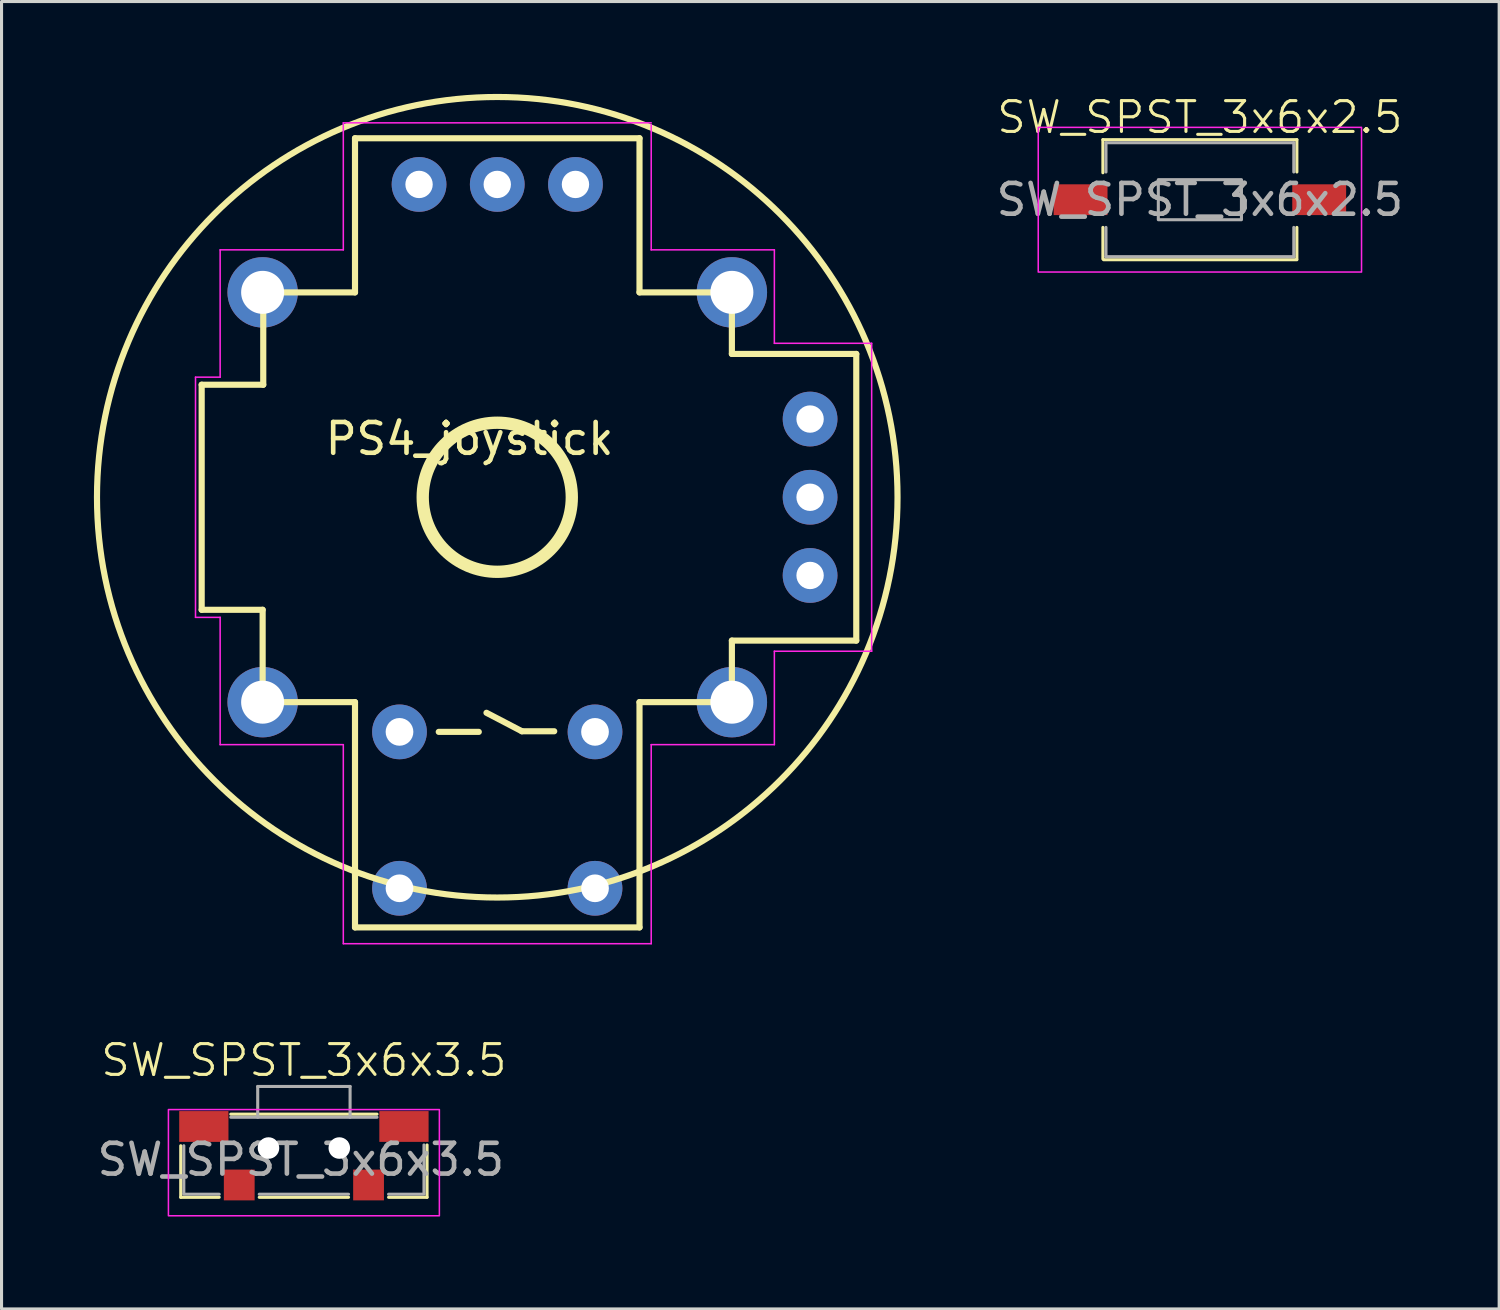
<source format=kicad_pcb>
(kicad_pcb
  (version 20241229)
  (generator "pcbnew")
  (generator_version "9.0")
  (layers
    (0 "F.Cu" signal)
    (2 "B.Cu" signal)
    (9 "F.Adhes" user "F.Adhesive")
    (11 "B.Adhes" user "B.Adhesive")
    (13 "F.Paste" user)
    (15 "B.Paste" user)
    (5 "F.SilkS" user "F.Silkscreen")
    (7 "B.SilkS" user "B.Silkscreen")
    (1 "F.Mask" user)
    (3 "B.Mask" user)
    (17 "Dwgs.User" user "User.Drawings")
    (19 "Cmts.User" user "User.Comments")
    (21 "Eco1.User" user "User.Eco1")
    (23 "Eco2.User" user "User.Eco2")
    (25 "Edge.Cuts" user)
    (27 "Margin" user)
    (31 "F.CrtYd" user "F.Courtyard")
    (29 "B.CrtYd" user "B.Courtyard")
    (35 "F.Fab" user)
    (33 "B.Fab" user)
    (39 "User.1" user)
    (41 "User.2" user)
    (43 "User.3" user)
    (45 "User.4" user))
  (footprint "PS4_joystick"
    (layer "F.Cu")
    (at 13.1 13.1)
    (property "Reference" "PS4_joystick" (at -0.9 -1.9 0) (layer "F.SilkS") (effects (font (size 1 1) (thickness 0.15))))
    (attr through_hole)
    (fp_line (start -9.6 -3.655) (end -9.6 3.655) (stroke (width 0.2) (type default)) (layer "F.SilkS"))
    (fp_line (start -9.6 3.655) (end -7.62 3.655) (stroke (width 0.2) (type default)) (layer "F.SilkS"))
    (fp_line (start -7.62 6.654) (end -7.62 3.655) (stroke (width 0.2) (type default)) (layer "F.SilkS"))
    (fp_line (start -7.62 6.654) (end -4.62 6.654) (stroke (width 0.2) (type default)) (layer "F.SilkS"))
    (fp_line (start -7.6 -6.654) (end -7.6 -3.655) (stroke (width 0.2) (type default)) (layer "F.SilkS"))
    (fp_line (start -7.6 -3.655) (end -9.6 -3.655) (stroke (width 0.2) (type default)) (layer "F.SilkS"))
    (fp_line (start -4.62 -11.66) (end -4.62 -6.654) (stroke (width 0.2) (type default)) (layer "F.SilkS"))
    (fp_line (start -4.62 -6.654) (end -7.62 -6.654) (stroke (width 0.2) (type default)) (layer "F.SilkS"))
    (fp_line (start -4.62 6.654) (end -4.62 13.97) (stroke (width 0.2) (type default)) (layer "F.SilkS"))
    (fp_line (start -4.62 13.97) (end 4.62 13.97) (stroke (width 0.2) (type default)) (layer "F.SilkS"))
    (fp_line (start -1.9 7.62) (end -0.6 7.62) (stroke (width 0.2) (type default)) (layer "F.SilkS"))
    (fp_line (start -0.35 7) (end 0.8 7.6) (stroke (width 0.2) (type default)) (layer "F.SilkS"))
    (fp_line (start 0.8 7.6) (end 1.85 7.6) (stroke (width 0.2) (type default)) (layer "F.SilkS"))
    (fp_line (start 4.62 -11.66) (end -4.62 -11.66) (stroke (width 0.2) (type default)) (layer "F.SilkS"))
    (fp_line (start 4.62 -6.654) (end 4.62 -11.66) (stroke (width 0.2) (type default)) (layer "F.SilkS"))
    (fp_line (start 4.62 6.654) (end 7.62 6.654) (stroke (width 0.2) (type default)) (layer "F.SilkS"))
    (fp_line (start 4.62 13.97) (end 4.62 6.654) (stroke (width 0.2) (type default)) (layer "F.SilkS"))
    (fp_line (start 7.62 -6.654) (end 4.62 -6.654) (stroke (width 0.2) (type default)) (layer "F.SilkS"))
    (fp_line (start 7.62 -4.655) (end 7.62 -6.655) (stroke (width 0.2) (type default)) (layer "F.SilkS"))
    (fp_line (start 7.62 4.655) (end 11.66 4.655) (stroke (width 0.2) (type default)) (layer "F.SilkS"))
    (fp_line (start 7.62 6.654) (end 7.62 4.655) (stroke (width 0.2) (type default)) (layer "F.SilkS"))
    (fp_line (start 11.66 -4.655) (end 7.62 -4.655) (stroke (width 0.2) (type default)) (layer "F.SilkS"))
    (fp_line (start 11.66 4.655) (end 11.66 -4.655) (stroke (width 0.2) (type default)) (layer "F.SilkS"))
    (fp_circle (center 0 0) (end 2.421 0) (stroke (width 0.4) (type default)) (fill no) (layer "F.SilkS"))
    (fp_circle (center 0 0) (end 13 0) (stroke (width 0.2) (type default)) (fill no) (layer "F.SilkS"))
    (fp_line (start -9.8 -3.9) (end -9.8 3.9) (stroke (width 0.05) (type default)) (layer "F.CrtYd"))
    (fp_line (start -9.8 3.9) (end -9 3.9) (stroke (width 0.05) (type default)) (layer "F.CrtYd"))
    (fp_line (start -9 -8.035) (end -9 -3.9) (stroke (width 0.05) (type default)) (layer "F.CrtYd"))
    (fp_line (start -9 -3.9) (end -9.8 -3.9) (stroke (width 0.05) (type default)) (layer "F.CrtYd"))
    (fp_line (start -9 3.9) (end -9 8.035) (stroke (width 0.05) (type default)) (layer "F.CrtYd"))
    (fp_line (start -5 -12.16) (end 5 -12.16) (stroke (width 0.05) (type default)) (layer "F.CrtYd"))
    (fp_line (start -5 -8.035) (end -9 -8.035) (stroke (width 0.05) (type default)) (layer "F.CrtYd"))
    (fp_line (start -5 -8.035) (end -5 -12.16) (stroke (width 0.05) (type default)) (layer "F.CrtYd"))
    (fp_line (start -5 8.035) (end -9 8.035) (stroke (width 0.05) (type default)) (layer "F.CrtYd"))
    (fp_line (start -5 14.5) (end -5 8.035) (stroke (width 0.05) (type default)) (layer "F.CrtYd"))
    (fp_line (start -5 14.5) (end 5 14.5) (stroke (width 0.05) (type default)) (layer "F.CrtYd"))
    (fp_line (start 5 -8.035) (end 5 -12.1) (stroke (width 0.05) (type default)) (layer "F.CrtYd"))
    (fp_line (start 5 14.5) (end 5 8.035) (stroke (width 0.05) (type default)) (layer "F.CrtYd"))
    (fp_line (start 9 -8.035) (end 5 -8.035) (stroke (width 0.05) (type default)) (layer "F.CrtYd"))
    (fp_line (start 9 -5) (end 9 -8.035) (stroke (width 0.05) (type default)) (layer "F.CrtYd"))
    (fp_line (start 9 5) (end 12.16 5) (stroke (width 0.05) (type default)) (layer "F.CrtYd"))
    (fp_line (start 9 8.035) (end 5 8.035) (stroke (width 0.05) (type default)) (layer "F.CrtYd"))
    (fp_line (start 9 8.035) (end 9 5) (stroke (width 0.05) (type default)) (layer "F.CrtYd"))
    (fp_line (start 12.16 -5) (end 9 -5) (stroke (width 0.05) (type default)) (layer "F.CrtYd"))
    (fp_line (start 12.16 5) (end 12.16 -5) (stroke (width 0.05) (type default)) (layer "F.CrtYd"))
    (pad "1" thru_hole circle (at 2.54 -10.16 180) (size 1.778 1.778) (drill 0.889) (layers "*.Cu" "*.Mask"))
    (pad "1" thru_hole circle (at 10.16 2.54 180) (size 1.778 1.778) (drill 0.889) (layers "*.Cu" "*.Mask"))
    (pad "2" thru_hole circle (at 0 -10.16 180) (size 1.778 1.778) (drill 0.889) (layers "*.Cu" "*.Mask"))
    (pad "3" thru_hole circle (at 10.16 0 180) (size 1.778 1.778) (drill 0.889) (layers "*.Cu" "*.Mask"))
    (pad "4" thru_hole circle (at -3.175 7.62 180) (size 1.778 1.778) (drill 0.9) (layers "*.Cu" "*.Mask"))
    (pad "4" thru_hole circle (at 3.175 7.62 180) (size 1.778 1.778) (drill 0.9) (layers "*.Cu" "*.Mask"))
    (pad "5" thru_hole circle (at -7.62 -6.655 180) (size 2.286 2.286) (drill 1.397) (layers "*.Cu" "*.Mask"))
    (pad "5" thru_hole circle (at -7.62 6.655 180) (size 2.286 2.286) (drill 1.397) (layers "*.Cu" "*.Mask"))
    (pad "5" thru_hole circle (at -3.175 12.7 180) (size 1.778 1.778) (drill 0.9) (layers "*.Cu" "*.Mask"))
    (pad "5" thru_hole circle (at -2.54 -10.16 180) (size 1.778 1.778) (drill 0.889) (layers "*.Cu" "*.Mask"))
    (pad "5" thru_hole circle (at 3.175 12.7 180) (size 1.778 1.778) (drill 0.9) (layers "*.Cu" "*.Mask"))
    (pad "5" thru_hole circle (at 7.62 -6.655 180) (size 2.286 2.286) (drill 1.397) (layers "*.Cu" "*.Mask"))
    (pad "5" thru_hole circle (at 7.62 6.655 180) (size 2.286 2.286) (drill 1.397) (layers "*.Cu" "*.Mask"))
    (pad "5" thru_hole circle (at 10.16 -2.54 180) (size 1.778 1.778) (drill 0.889) (layers "*.Cu" "*.Mask")))
  (footprint "SW_SPST_3x6x2.5"
    (layer "F.Cu")
    (at 35.92 3.436)
    (property "Reference" "SW_SPST_3x6x2.5" (at 0 -2.675 0) (unlocked yes) (layer "F.SilkS") (effects (font (size 1 1) (thickness 0.1))))
    (attr smd)
    (fp_line (start -3.15 -1.95) (end 3.15 -1.95) (stroke (width 0.1) (type default)) (layer "F.SilkS"))
    (fp_line (start -3.15 -0.875) (end -3.15 -1.95) (stroke (width 0.1) (type default)) (layer "F.SilkS"))
    (fp_line (start -3.15 1.925) (end -3.15 0.9) (stroke (width 0.1) (type default)) (layer "F.SilkS"))
    (fp_line (start 3.15 -1.95) (end 3.15 -0.9) (stroke (width 0.1) (type default)) (layer "F.SilkS"))
    (fp_line (start 3.15 0.9) (end 3.15 1.925) (stroke (width 0.1) (type default)) (layer "F.SilkS"))
    (fp_line (start 3.15 1.95) (end -3.125 1.95) (stroke (width 0.1) (type default)) (layer "F.SilkS"))
    (fp_rect (start -5.25 -2.35) (end 5.25 2.35) (stroke (width 0.05) (type default)) (fill no) (layer "F.CrtYd"))
    (fp_line (start -3.05 -1.85) (end -3.05 -0.9) (stroke (width 0.1) (type default)) (layer "F.Fab"))
    (fp_line (start -3.05 0.9) (end -3.05 1.85) (stroke (width 0.1) (type default)) (layer "F.Fab"))
    (fp_line (start -3.05 1.85) (end 3.05 1.85) (stroke (width 0.1) (type default)) (layer "F.Fab"))
    (fp_line (start 3.05 -1.85) (end -3.05 -1.85) (stroke (width 0.1) (type default)) (layer "F.Fab"))
    (fp_line (start 3.05 -0.9) (end 3.05 -1.85) (stroke (width 0.1) (type default)) (layer "F.Fab"))
    (fp_line (start 3.05 1.85) (end 3.05 0.9) (stroke (width 0.1) (type default)) (layer "F.Fab"))
    (fp_rect (start -1.35 -0.65) (end 1.35 0.65) (stroke (width 0.1) (type default)) (fill no) (layer "F.Fab"))
    (fp_text user "${REFERENCE}" (at 0 0 0) (unlocked yes) (layer "F.Fab") (effects (font (size 1 1) (thickness 0.15))))
    (pad "1" smd rect (at -3.875 0) (size 1.75 1) (layers "F.Cu" "F.Mask" "F.Paste"))
    (pad "2" smd rect (at 3.875 0) (size 1.75 1) (layers "F.Cu" "F.Mask" "F.Paste")))
  (footprint "SW_SPST_3x6x3.5"
    (layer "F.Cu")
    (at 6.82 34.236)
    (property "Reference" "SW_SPST_3x6x3.5" (at 0 -2.85 0) (unlocked yes) (layer "F.SilkS") (effects (font (size 1 1) (thickness 0.1))))
    (attr smd)
    (fp_line (start -4 -0.075) (end -4 1.6) (stroke (width 0.1) (type default)) (layer "F.SilkS"))
    (fp_line (start -4 1.6) (end -2.75 1.6) (stroke (width 0.1) (type default)) (layer "F.SilkS"))
    (fp_line (start -2.375 -1.1) (end 2.375 -1.1) (stroke (width 0.1) (type default)) (layer "F.SilkS"))
    (fp_line (start -1.45 1.6) (end 1.45 1.6) (stroke (width 0.1) (type default)) (layer "F.SilkS"))
    (fp_line (start 4 -0.1) (end 4 1.6) (stroke (width 0.1) (type default)) (layer "F.SilkS"))
    (fp_line (start 4 1.6) (end 2.75 1.6) (stroke (width 0.1) (type default)) (layer "F.SilkS"))
    (fp_rect (start -4.4 -1.25) (end 4.4 2.2) (stroke (width 0.05) (type default)) (fill no) (layer "F.CrtYd"))
    (fp_line (start -3.9 -0.075) (end -3.9 1.475) (stroke (width 0.1) (type default)) (layer "F.Fab"))
    (fp_line (start -3.9 1.5) (end -2.75 1.5) (stroke (width 0.1) (type default)) (layer "F.Fab"))
    (fp_line (start -2.375 -1) (end 2.375 -1) (stroke (width 0.1) (type default)) (layer "F.Fab"))
    (fp_line (start -1.5 -2) (end 1.5 -2) (stroke (width 0.1) (type default)) (layer "F.Fab"))
    (fp_line (start -1.5 -1) (end -1.5 -2) (stroke (width 0.1) (type default)) (layer "F.Fab"))
    (fp_line (start -1.45 1.5) (end 1.45 1.5) (stroke (width 0.1) (type default)) (layer "F.Fab"))
    (fp_line (start 1.5 -2) (end 1.5 -1) (stroke (width 0.1) (type default)) (layer "F.Fab"))
    (fp_line (start 3.9 -0.1) (end 3.9 1.475) (stroke (width 0.1) (type default)) (layer "F.Fab"))
    (fp_line (start 3.9 1.5) (end 2.75 1.5) (stroke (width 0.1) (type default)) (layer "F.Fab"))
    (fp_text user "${REFERENCE}" (at -0.1 0.375 0) (unlocked yes) (layer "F.Fab") (effects (font (size 1 1) (thickness 0.15))))
    (pad "" np_thru_hole circle (at -1.15 0) (size 0.7 0.7) (drill 0.7) (layers "*.Cu" "*.Mask"))
    (pad "" np_thru_hole circle (at 1.15 0) (size 0.7 0.7) (drill 0.7) (layers "*.Cu" "*.Mask"))
    (pad "1" smd rect (at -2.1 1.2) (size 1 1) (layers "F.Cu" "F.Mask" "F.Paste"))
    (pad "2" smd rect (at 2.1 1.2) (size 1 1) (layers "F.Cu" "F.Mask" "F.Paste"))
    (pad "SH" smd rect (at -3.25 -0.7) (size 1.6 1) (layers "F.Cu" "F.Mask" "F.Paste"))
    (pad "SH" smd rect (at 3.25 -0.7) (size 1.6 1) (layers "F.Cu" "F.Mask" "F.Paste")))
  (gr_rect
    (start -3 -3)
    (end 45.64 39.461)
    (stroke (width 0.1) (type default))
    (fill no)
    (layer "Edge.Cuts")))
</source>
